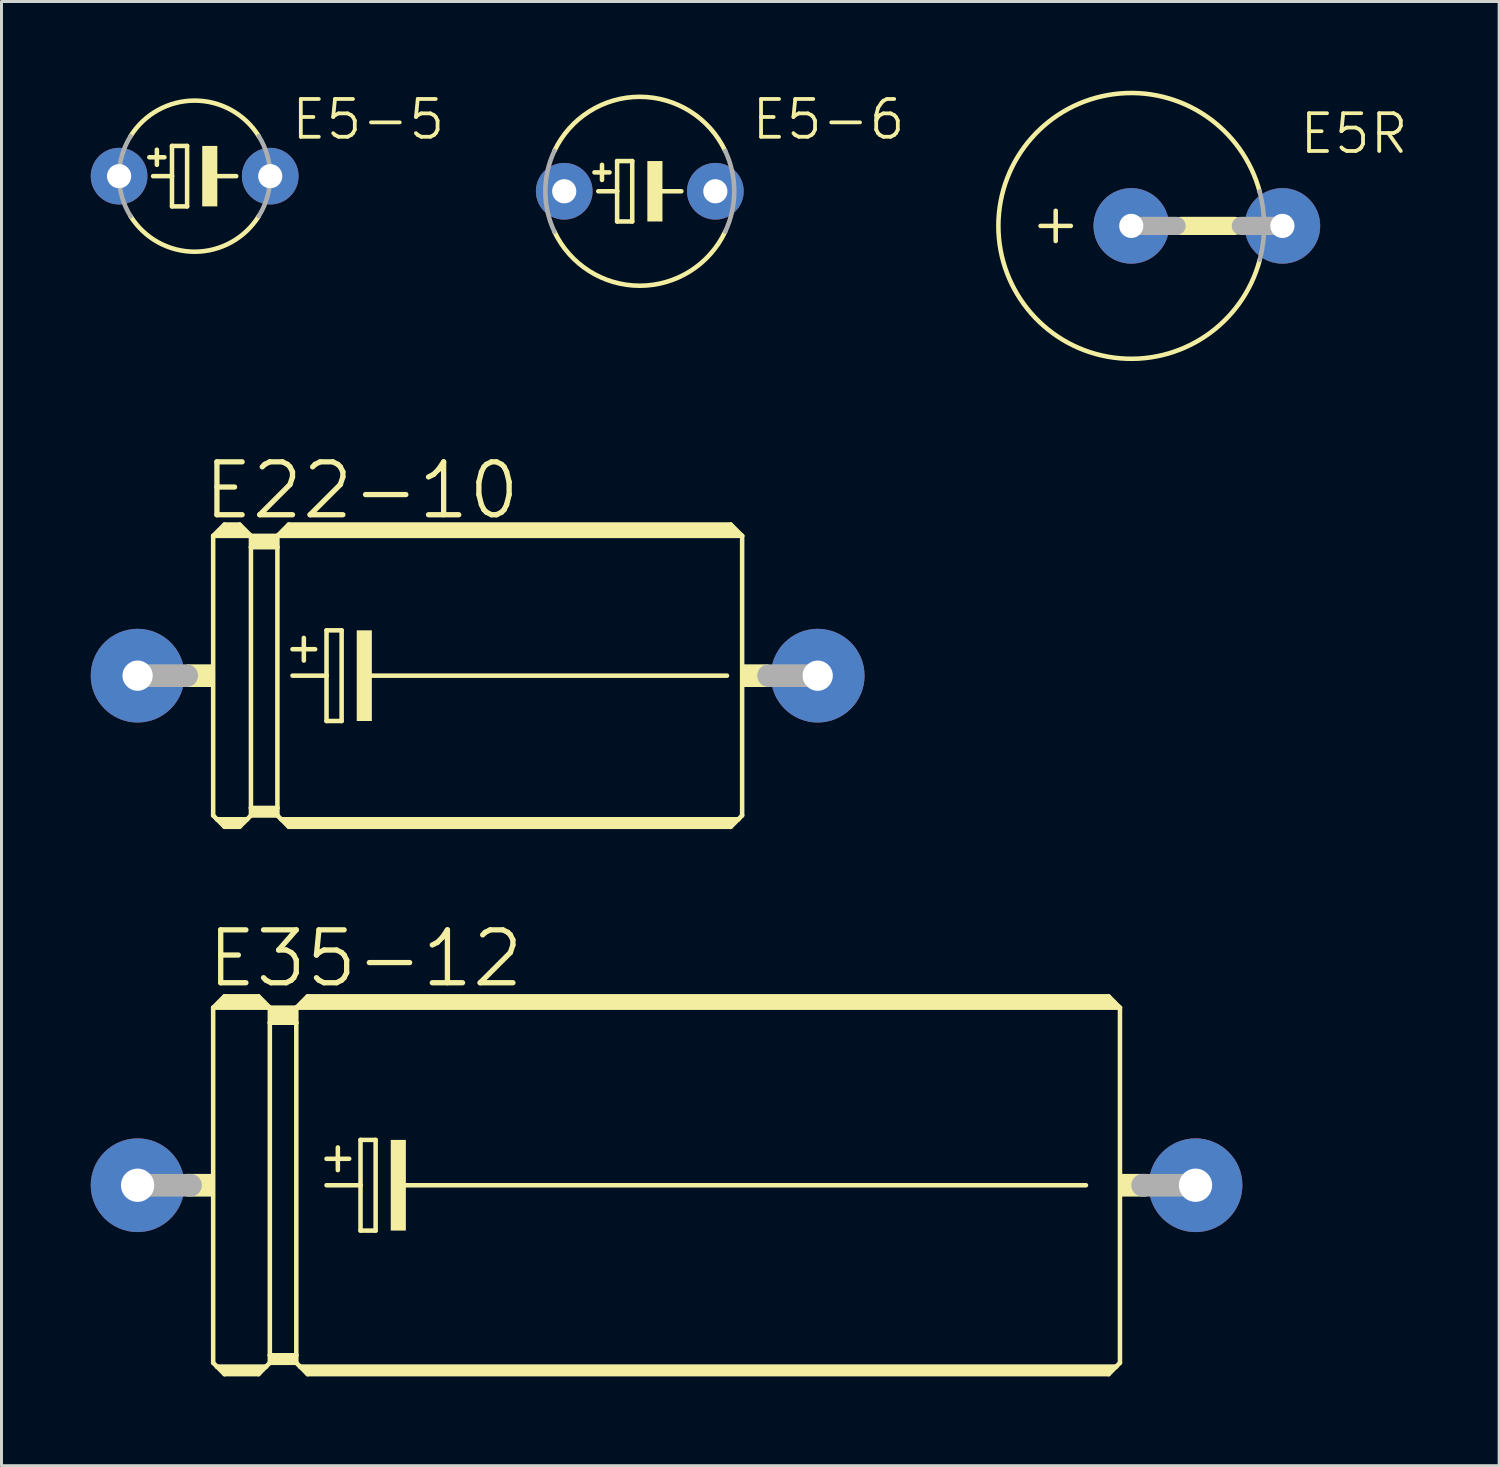
<source format=kicad_pcb>
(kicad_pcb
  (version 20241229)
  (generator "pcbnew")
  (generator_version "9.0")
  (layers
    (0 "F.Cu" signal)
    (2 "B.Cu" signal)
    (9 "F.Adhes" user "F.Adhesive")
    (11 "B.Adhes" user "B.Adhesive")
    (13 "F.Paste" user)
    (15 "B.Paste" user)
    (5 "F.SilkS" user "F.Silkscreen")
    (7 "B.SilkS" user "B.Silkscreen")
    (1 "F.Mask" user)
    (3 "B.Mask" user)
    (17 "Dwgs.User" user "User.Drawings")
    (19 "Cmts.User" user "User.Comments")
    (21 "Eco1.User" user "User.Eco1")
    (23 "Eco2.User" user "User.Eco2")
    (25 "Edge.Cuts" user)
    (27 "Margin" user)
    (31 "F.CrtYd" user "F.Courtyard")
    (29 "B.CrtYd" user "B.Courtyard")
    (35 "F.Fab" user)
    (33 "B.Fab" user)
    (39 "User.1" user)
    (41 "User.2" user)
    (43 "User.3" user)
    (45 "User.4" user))
  (footprint "E35-12"
    (layer "F.Cu")
    (at 19.355 36.789)
    (property "Reference" "E35-12" (at -10.118 -7.62 0) (layer "F.SilkS") (effects (font (size 1.778 1.778) (thickness 0.178))))
    (attr through_hole)
    (fp_line (start -15.24 -5.969) (end -15.24 5.969) (stroke (width 0.152) (type solid)) (layer "F.SilkS"))
    (fp_line (start -15.24 -5.969) (end -14.859 -6.35) (stroke (width 0.152) (type solid)) (layer "F.SilkS"))
    (fp_line (start -15.24 -5.969) (end -13.335 -5.969) (stroke (width 0.152) (type solid)) (layer "F.SilkS"))
    (fp_line (start -15.24 5.969) (end -15.113 6.096) (stroke (width 0.152) (type solid)) (layer "F.SilkS"))
    (fp_line (start -15.113 6.096) (end -14.859 6.35) (stroke (width 0.152) (type solid)) (layer "F.SilkS"))
    (fp_line (start -15.113 6.096) (end -13.462 6.096) (stroke (width 0.152) (type solid)) (layer "F.SilkS"))
    (fp_line (start -14.986 -6.096) (end -13.589 -6.096) (stroke (width 0.305) (type solid)) (layer "F.SilkS"))
    (fp_line (start -14.859 -6.35) (end -13.716 -6.35) (stroke (width 0.152) (type solid)) (layer "F.SilkS"))
    (fp_line (start -14.859 -6.223) (end -13.716 -6.223) (stroke (width 0.305) (type solid)) (layer "F.SilkS"))
    (fp_line (start -14.859 6.223) (end -13.716 6.223) (stroke (width 0.305) (type solid)) (layer "F.SilkS"))
    (fp_line (start -14.859 6.35) (end -13.716 6.35) (stroke (width 0.152) (type solid)) (layer "F.SilkS"))
    (fp_line (start -13.462 6.096) (end -13.716 6.35) (stroke (width 0.152) (type solid)) (layer "F.SilkS"))
    (fp_line (start -13.335 -5.969) (end -13.716 -6.35) (stroke (width 0.152) (type solid)) (layer "F.SilkS"))
    (fp_line (start -13.335 -5.969) (end -13.335 -5.461) (stroke (width 0.152) (type solid)) (layer "F.SilkS"))
    (fp_line (start -13.335 -5.969) (end -12.446 -5.969) (stroke (width 0.152) (type solid)) (layer "F.SilkS"))
    (fp_line (start -13.335 -5.461) (end -13.335 5.715) (stroke (width 0.152) (type solid)) (layer "F.SilkS"))
    (fp_line (start -13.335 -5.461) (end -12.446 -5.461) (stroke (width 0.152) (type solid)) (layer "F.SilkS"))
    (fp_line (start -13.335 5.715) (end -13.335 5.969) (stroke (width 0.152) (type solid)) (layer "F.SilkS"))
    (fp_line (start -13.335 5.715) (end -12.446 5.715) (stroke (width 0.152) (type solid)) (layer "F.SilkS"))
    (fp_line (start -13.335 5.969) (end -13.462 6.096) (stroke (width 0.152) (type solid)) (layer "F.SilkS"))
    (fp_line (start -13.335 5.969) (end -12.446 5.969) (stroke (width 0.152) (type solid)) (layer "F.SilkS"))
    (fp_line (start -13.208 -5.842) (end -12.573 -5.842) (stroke (width 0.305) (type solid)) (layer "F.SilkS"))
    (fp_line (start -13.208 -5.588) (end -12.573 -5.588) (stroke (width 0.305) (type solid)) (layer "F.SilkS"))
    (fp_line (start -13.208 5.842) (end -12.573 5.842) (stroke (width 0.305) (type solid)) (layer "F.SilkS"))
    (fp_line (start -12.446 -5.969) (end -12.446 -5.461) (stroke (width 0.152) (type solid)) (layer "F.SilkS"))
    (fp_line (start -12.446 -5.969) (end -12.065 -6.35) (stroke (width 0.152) (type solid)) (layer "F.SilkS"))
    (fp_line (start -12.446 -5.969) (end 15.24 -5.969) (stroke (width 0.152) (type solid)) (layer "F.SilkS"))
    (fp_line (start -12.446 -5.461) (end -12.446 5.715) (stroke (width 0.152) (type solid)) (layer "F.SilkS"))
    (fp_line (start -12.446 5.715) (end -12.446 5.969) (stroke (width 0.152) (type solid)) (layer "F.SilkS"))
    (fp_line (start -12.319 6.096) (end -12.446 5.969) (stroke (width 0.152) (type solid)) (layer "F.SilkS"))
    (fp_line (start -12.319 6.096) (end 15.113 6.096) (stroke (width 0.152) (type solid)) (layer "F.SilkS"))
    (fp_line (start -12.192 -6.096) (end 14.986 -6.096) (stroke (width 0.305) (type solid)) (layer "F.SilkS"))
    (fp_line (start -12.065 -6.223) (end 14.859 -6.223) (stroke (width 0.305) (type solid)) (layer "F.SilkS"))
    (fp_line (start -12.065 6.223) (end 14.859 6.223) (stroke (width 0.305) (type solid)) (layer "F.SilkS"))
    (fp_line (start -12.065 6.35) (end -12.319 6.096) (stroke (width 0.152) (type solid)) (layer "F.SilkS"))
    (fp_line (start -11.43 -0.889) (end -10.668 -0.889) (stroke (width 0.152) (type solid)) (layer "F.SilkS"))
    (fp_line (start -11.43 0) (end -10.287 0) (stroke (width 0.152) (type solid)) (layer "F.SilkS"))
    (fp_line (start -11.049 -1.27) (end -11.049 -0.508) (stroke (width 0.152) (type solid)) (layer "F.SilkS"))
    (fp_line (start -10.287 -1.524) (end -10.287 0) (stroke (width 0.152) (type solid)) (layer "F.SilkS"))
    (fp_line (start -10.287 0) (end -10.287 1.524) (stroke (width 0.152) (type solid)) (layer "F.SilkS"))
    (fp_line (start -10.287 1.524) (end -9.779 1.524) (stroke (width 0.152) (type solid)) (layer "F.SilkS"))
    (fp_line (start -9.779 -1.524) (end -10.287 -1.524) (stroke (width 0.152) (type solid)) (layer "F.SilkS"))
    (fp_line (start -9.779 1.524) (end -9.779 -1.524) (stroke (width 0.152) (type solid)) (layer "F.SilkS"))
    (fp_line (start -8.89 0) (end 14.097 0) (stroke (width 0.152) (type solid)) (layer "F.SilkS"))
    (fp_line (start 14.859 -6.35) (end -12.065 -6.35) (stroke (width 0.152) (type solid)) (layer "F.SilkS"))
    (fp_line (start 14.859 6.35) (end -12.065 6.35) (stroke (width 0.152) (type solid)) (layer "F.SilkS"))
    (fp_line (start 15.113 6.096) (end 14.859 6.35) (stroke (width 0.152) (type solid)) (layer "F.SilkS"))
    (fp_line (start 15.24 -5.969) (end 14.859 -6.35) (stroke (width 0.152) (type solid)) (layer "F.SilkS"))
    (fp_line (start 15.24 -5.969) (end 15.24 5.969) (stroke (width 0.152) (type solid)) (layer "F.SilkS"))
    (fp_line (start 15.24 5.969) (end 15.113 6.096) (stroke (width 0.152) (type solid)) (layer "F.SilkS"))
    (fp_poly (pts (xy -16.129 -0.381) (xy -15.24 -0.381) (xy -15.24 0.381) (xy -16.129 0.381)) (stroke (width 0) (type solid)) (fill yes) (layer "F.SilkS"))
    (fp_poly (pts (xy -9.271 -1.524) (xy -8.763 -1.524) (xy -8.763 1.524) (xy -9.271 1.524)) (stroke (width 0) (type solid)) (fill yes) (layer "F.SilkS"))
    (fp_poly (pts (xy 15.24 -0.381) (xy 16.129 -0.381) (xy 16.129 0.381) (xy 15.24 0.381)) (stroke (width 0) (type solid)) (fill yes) (layer "F.SilkS"))
    (fp_line (start -17.78 0) (end -16.002 0) (stroke (width 0.762) (type solid)) (layer "F.Fab"))
    (fp_line (start 17.78 0) (end 16.002 0) (stroke (width 0.762) (type solid)) (layer "F.Fab"))
    (pad "+" thru_hole circle (at -17.78 0) (size 3.15 3.15) (drill 1.118) (layers "*.Cu" "*.Mask"))
    (pad "-" thru_hole circle (at 17.78 0) (size 3.15 3.15) (drill 1.118) (layers "*.Cu" "*.Mask")))
  (footprint "E5-5"
    (layer "F.Cu")
    (at 3.493 2.871)
    (property "Reference" "E5-5" (at 5.836 -1.905 0) (layer "F.SilkS") (effects (font (size 1.27 1.27) (thickness 0.127))))
    (attr through_hole)
    (fp_line (start -1.524 -0.635) (end -1.016 -0.635) (stroke (width 0.152) (type solid)) (layer "F.SilkS"))
    (fp_line (start -1.397 0) (end -0.762 0) (stroke (width 0.152) (type solid)) (layer "F.SilkS"))
    (fp_line (start -1.27 -0.381) (end -1.27 -0.889) (stroke (width 0.152) (type solid)) (layer "F.SilkS"))
    (fp_line (start -0.762 -1.016) (end -0.762 0) (stroke (width 0.152) (type solid)) (layer "F.SilkS"))
    (fp_line (start -0.762 0) (end -0.762 1.016) (stroke (width 0.152) (type solid)) (layer "F.SilkS"))
    (fp_line (start -0.762 1.016) (end -0.254 1.016) (stroke (width 0.152) (type solid)) (layer "F.SilkS"))
    (fp_line (start -0.254 -1.016) (end -0.762 -1.016) (stroke (width 0.152) (type solid)) (layer "F.SilkS"))
    (fp_line (start -0.254 1.016) (end -0.254 -1.016) (stroke (width 0.152) (type solid)) (layer "F.SilkS"))
    (fp_line (start 0.635 0) (end 1.397 0) (stroke (width 0.152) (type solid)) (layer "F.SilkS"))
    (fp_arc (start -2.1557 -1.3432) (mid 0.000001 -2.539927) (end 2.155701 -1.343199) (stroke (width 0.1524) (type solid)) (layer "F.SilkS"))
    (fp_arc (start 2.155701 1.343199) (mid 0.000001 2.539927) (end -2.1557 1.3432) (stroke (width 0.1524) (type solid)) (layer "F.SilkS"))
    (fp_poly (pts (xy 0.254 -1.016) (xy 0.762 -1.016) (xy 0.762 1.016) (xy 0.254 1.016)) (stroke (width 0) (type solid)) (fill yes) (layer "F.SilkS"))
    (fp_arc (start -2.1557 1.3432) (mid -2.539927 0) (end -2.1557 -1.3432) (stroke (width 0.1524) (type solid)) (layer "F.Fab"))
    (fp_arc (start 2.1557 -1.3432) (mid 2.539927 0) (end 2.1557 1.3432) (stroke (width 0.1524) (type solid)) (layer "F.Fab"))
    (pad "+" thru_hole circle (at -2.54 0) (size 1.905 1.905) (drill 0.813) (layers "*.Cu" "*.Mask"))
    (pad "-" thru_hole circle (at 2.54 0) (size 1.905 1.905) (drill 0.813) (layers "*.Cu" "*.Mask")))
  (footprint "E22-10"
    (layer "F.Cu")
    (at 13.005 19.661)
    (property "Reference" "E22-10" (at -3.895 -6.223 0) (layer "F.SilkS") (effects (font (size 1.778 1.778) (thickness 0.178))))
    (attr through_hole)
    (fp_line (start -8.89 -4.699) (end -8.89 4.699) (stroke (width 0.152) (type solid)) (layer "F.SilkS"))
    (fp_line (start -8.89 -4.699) (end -8.509 -5.08) (stroke (width 0.152) (type solid)) (layer "F.SilkS"))
    (fp_line (start -8.89 -4.699) (end -7.62 -4.699) (stroke (width 0.152) (type solid)) (layer "F.SilkS"))
    (fp_line (start -8.89 4.699) (end -8.763 4.826) (stroke (width 0.152) (type solid)) (layer "F.SilkS"))
    (fp_line (start -8.763 4.826) (end -8.509 5.08) (stroke (width 0.152) (type solid)) (layer "F.SilkS"))
    (fp_line (start -8.763 4.826) (end -7.747 4.826) (stroke (width 0.152) (type solid)) (layer "F.SilkS"))
    (fp_line (start -8.636 -4.826) (end -7.874 -4.826) (stroke (width 0.305) (type solid)) (layer "F.SilkS"))
    (fp_line (start -8.509 -5.08) (end -8.001 -5.08) (stroke (width 0.152) (type solid)) (layer "F.SilkS"))
    (fp_line (start -8.509 -4.953) (end -8.001 -4.953) (stroke (width 0.305) (type solid)) (layer "F.SilkS"))
    (fp_line (start -8.509 4.953) (end -8.001 4.953) (stroke (width 0.254) (type solid)) (layer "F.SilkS"))
    (fp_line (start -8.509 5.08) (end -8.001 5.08) (stroke (width 0.152) (type solid)) (layer "F.SilkS"))
    (fp_line (start -7.747 4.826) (end -8.001 5.08) (stroke (width 0.152) (type solid)) (layer "F.SilkS"))
    (fp_line (start -7.62 -4.699) (end -8.001 -5.08) (stroke (width 0.152) (type solid)) (layer "F.SilkS"))
    (fp_line (start -7.62 -4.699) (end -7.62 -4.318) (stroke (width 0.152) (type solid)) (layer "F.SilkS"))
    (fp_line (start -7.62 -4.699) (end -6.731 -4.699) (stroke (width 0.152) (type solid)) (layer "F.SilkS"))
    (fp_line (start -7.62 -4.318) (end -6.731 -4.318) (stroke (width 0.152) (type solid)) (layer "F.SilkS"))
    (fp_line (start -7.62 4.445) (end -7.62 -4.318) (stroke (width 0.152) (type solid)) (layer "F.SilkS"))
    (fp_line (start -7.62 4.445) (end -6.731 4.445) (stroke (width 0.152) (type solid)) (layer "F.SilkS"))
    (fp_line (start -7.62 4.699) (end -7.747 4.826) (stroke (width 0.152) (type solid)) (layer "F.SilkS"))
    (fp_line (start -7.62 4.699) (end -7.62 4.445) (stroke (width 0.152) (type solid)) (layer "F.SilkS"))
    (fp_line (start -7.62 4.699) (end -6.731 4.699) (stroke (width 0.152) (type solid)) (layer "F.SilkS"))
    (fp_line (start -7.493 -4.572) (end -6.858 -4.572) (stroke (width 0.305) (type solid)) (layer "F.SilkS"))
    (fp_line (start -7.493 -4.445) (end -6.858 -4.445) (stroke (width 0.305) (type solid)) (layer "F.SilkS"))
    (fp_line (start -7.493 4.572) (end -6.858 4.572) (stroke (width 0.254) (type solid)) (layer "F.SilkS"))
    (fp_line (start -6.731 -4.699) (end -6.731 -4.318) (stroke (width 0.152) (type solid)) (layer "F.SilkS"))
    (fp_line (start -6.731 -4.699) (end 8.89 -4.699) (stroke (width 0.152) (type solid)) (layer "F.SilkS"))
    (fp_line (start -6.731 -4.318) (end -6.731 4.445) (stroke (width 0.152) (type solid)) (layer "F.SilkS"))
    (fp_line (start -6.731 4.445) (end -6.731 4.699) (stroke (width 0.152) (type solid)) (layer "F.SilkS"))
    (fp_line (start -6.604 4.826) (end -6.731 4.699) (stroke (width 0.152) (type solid)) (layer "F.SilkS"))
    (fp_line (start -6.604 4.826) (end 8.763 4.826) (stroke (width 0.152) (type solid)) (layer "F.SilkS"))
    (fp_line (start -6.477 -4.826) (end 8.636 -4.826) (stroke (width 0.305) (type solid)) (layer "F.SilkS"))
    (fp_line (start -6.35 -5.08) (end -6.731 -4.699) (stroke (width 0.152) (type solid)) (layer "F.SilkS"))
    (fp_line (start -6.35 -5.08) (end 8.509 -5.08) (stroke (width 0.152) (type solid)) (layer "F.SilkS"))
    (fp_line (start -6.35 -4.953) (end 8.509 -4.953) (stroke (width 0.305) (type solid)) (layer "F.SilkS"))
    (fp_line (start -6.35 4.953) (end 8.509 4.953) (stroke (width 0.254) (type solid)) (layer "F.SilkS"))
    (fp_line (start -6.35 5.08) (end -6.604 4.826) (stroke (width 0.152) (type solid)) (layer "F.SilkS"))
    (fp_line (start -6.35 5.08) (end 8.509 5.08) (stroke (width 0.152) (type solid)) (layer "F.SilkS"))
    (fp_line (start -6.223 -0.889) (end -5.461 -0.889) (stroke (width 0.152) (type solid)) (layer "F.SilkS"))
    (fp_line (start -6.223 0) (end -5.08 0) (stroke (width 0.152) (type solid)) (layer "F.SilkS"))
    (fp_line (start -5.842 -1.27) (end -5.842 -0.508) (stroke (width 0.152) (type solid)) (layer "F.SilkS"))
    (fp_line (start -5.08 -1.524) (end -5.08 0) (stroke (width 0.152) (type solid)) (layer "F.SilkS"))
    (fp_line (start -5.08 0) (end -5.08 1.524) (stroke (width 0.152) (type solid)) (layer "F.SilkS"))
    (fp_line (start -5.08 1.524) (end -4.572 1.524) (stroke (width 0.152) (type solid)) (layer "F.SilkS"))
    (fp_line (start -4.572 -1.524) (end -5.08 -1.524) (stroke (width 0.152) (type solid)) (layer "F.SilkS"))
    (fp_line (start -4.572 1.524) (end -4.572 -1.524) (stroke (width 0.152) (type solid)) (layer "F.SilkS"))
    (fp_line (start -3.683 0) (end 8.382 0) (stroke (width 0.152) (type solid)) (layer "F.SilkS"))
    (fp_line (start 8.509 -5.08) (end 8.89 -4.699) (stroke (width 0.152) (type solid)) (layer "F.SilkS"))
    (fp_line (start 8.509 5.08) (end 8.763 4.826) (stroke (width 0.152) (type solid)) (layer "F.SilkS"))
    (fp_line (start 8.763 4.826) (end 8.89 4.699) (stroke (width 0.152) (type solid)) (layer "F.SilkS"))
    (fp_line (start 8.89 -4.699) (end 8.89 4.699) (stroke (width 0.152) (type solid)) (layer "F.SilkS"))
    (fp_poly (pts (xy -9.779 -0.381) (xy -8.89 -0.381) (xy -8.89 0.381) (xy -9.779 0.381)) (stroke (width 0) (type solid)) (fill yes) (layer "F.SilkS"))
    (fp_poly (pts (xy -4.064 -1.524) (xy -3.556 -1.524) (xy -3.556 1.524) (xy -4.064 1.524)) (stroke (width 0) (type solid)) (fill yes) (layer "F.SilkS"))
    (fp_poly (pts (xy 8.89 -0.381) (xy 9.779 -0.381) (xy 9.779 0.381) (xy 8.89 0.381)) (stroke (width 0) (type solid)) (fill yes) (layer "F.SilkS"))
    (fp_line (start -11.43 0) (end -9.779 0) (stroke (width 0.762) (type solid)) (layer "F.Fab"))
    (fp_line (start 11.43 0) (end 9.779 0) (stroke (width 0.762) (type solid)) (layer "F.Fab"))
    (pad "+" thru_hole circle (at -11.43 0) (size 3.15 3.15) (drill 1.016) (layers "*.Cu" "*.Mask"))
    (pad "-" thru_hole circle (at 11.43 0) (size 3.15 3.15) (drill 1.016) (layers "*.Cu" "*.Mask")))
  (footprint "E5-6"
    (layer "F.Cu")
    (at 18.455 3.379)
    (property "Reference" "E5-6" (at 6.344 -2.413 0) (layer "F.SilkS") (effects (font (size 1.27 1.27) (thickness 0.127))))
    (attr through_hole)
    (fp_line (start -1.524 -0.635) (end -1.016 -0.635) (stroke (width 0.152) (type solid)) (layer "F.SilkS"))
    (fp_line (start -1.397 0) (end -0.762 0) (stroke (width 0.152) (type solid)) (layer "F.SilkS"))
    (fp_line (start -1.27 -0.381) (end -1.27 -0.889) (stroke (width 0.152) (type solid)) (layer "F.SilkS"))
    (fp_line (start -0.762 -1.016) (end -0.762 0) (stroke (width 0.152) (type solid)) (layer "F.SilkS"))
    (fp_line (start -0.762 0) (end -0.762 1.016) (stroke (width 0.152) (type solid)) (layer "F.SilkS"))
    (fp_line (start -0.762 1.016) (end -0.254 1.016) (stroke (width 0.152) (type solid)) (layer "F.SilkS"))
    (fp_line (start -0.254 -1.016) (end -0.762 -1.016) (stroke (width 0.152) (type solid)) (layer "F.SilkS"))
    (fp_line (start -0.254 1.016) (end -0.254 -1.016) (stroke (width 0.152) (type solid)) (layer "F.SilkS"))
    (fp_line (start 0.635 0) (end 1.397 0) (stroke (width 0.152) (type solid)) (layer "F.SilkS"))
    (fp_arc (start -2.8702 -1.3574) (mid 0.000001 -3.174993) (end 2.870201 -1.357399) (stroke (width 0.1524) (type solid)) (layer "F.SilkS"))
    (fp_arc (start 2.870201 1.357399) (mid 0.000001 3.174994) (end -2.8702 1.3574) (stroke (width 0.1524) (type solid)) (layer "F.SilkS"))
    (fp_poly (pts (xy 0.254 -1.016) (xy 0.762 -1.016) (xy 0.762 1.016) (xy 0.254 1.016)) (stroke (width 0) (type solid)) (fill yes) (layer "F.SilkS"))
    (fp_arc (start -2.8702 1.3574) (mid -3.174993 0) (end -2.8702 -1.3574) (stroke (width 0.1524) (type solid)) (layer "F.Fab"))
    (fp_arc (start 2.8702 -1.3574) (mid 3.174993 0) (end 2.8702 1.3574) (stroke (width 0.1524) (type solid)) (layer "F.Fab"))
    (pad "+" thru_hole circle (at -2.54 0) (size 1.905 1.905) (drill 0.813) (layers "*.Cu" "*.Mask"))
    (pad "-" thru_hole circle (at 2.54 0) (size 1.905 1.905) (drill 0.813) (layers "*.Cu" "*.Mask")))
  (footprint "E5R"
    (layer "F.Cu")
    (at 37.515 4.543)
    (property "Reference" "E5R" (at 4.947 -3.099 0) (layer "F.SilkS") (effects (font (size 1.27 1.27) (thickness 0.127))))
    (attr through_hole)
    (fp_line (start -5.588 0) (end -4.572 0) (stroke (width 0.152) (type solid)) (layer "F.SilkS"))
    (fp_line (start -5.08 0.508) (end -5.08 -0.508) (stroke (width 0.152) (type solid)) (layer "F.SilkS"))
    (fp_line (start -0.889 0) (end 0.94 0) (stroke (width 0.61) (type solid)) (layer "F.SilkS"))
    (fp_arc (start 1.778 1.143) (mid -7.006726 -0.008116) (end 1.7821 -1.127501) (stroke (width 0.1524) (type solid)) (layer "F.SilkS"))
    (fp_line (start -2.54 0) (end -1.016 0) (stroke (width 0.61) (type solid)) (layer "F.Fab"))
    (fp_line (start 2.54 0) (end 1.143 0) (stroke (width 0.61) (type solid)) (layer "F.Fab"))
    (fp_arc (start 1.7732 -1.1613) (mid 1.926798 -0.009471) (end 1.7781 1.143) (stroke (width 0.1524) (type solid)) (layer "F.Fab"))
    (pad "+" thru_hole circle (at -2.54 0) (size 2.54 2.54) (drill 0.813) (layers "*.Cu" "*.Mask"))
    (pad "-" thru_hole circle (at 2.54 0) (size 2.54 2.54) (drill 0.813) (layers "*.Cu" "*.Mask")))
  (gr_rect
    (start -3 -3)
    (end 47.34 46.216)
    (stroke (width 0.1) (type default))
    (fill no)
    (layer "Edge.Cuts")))
</source>
